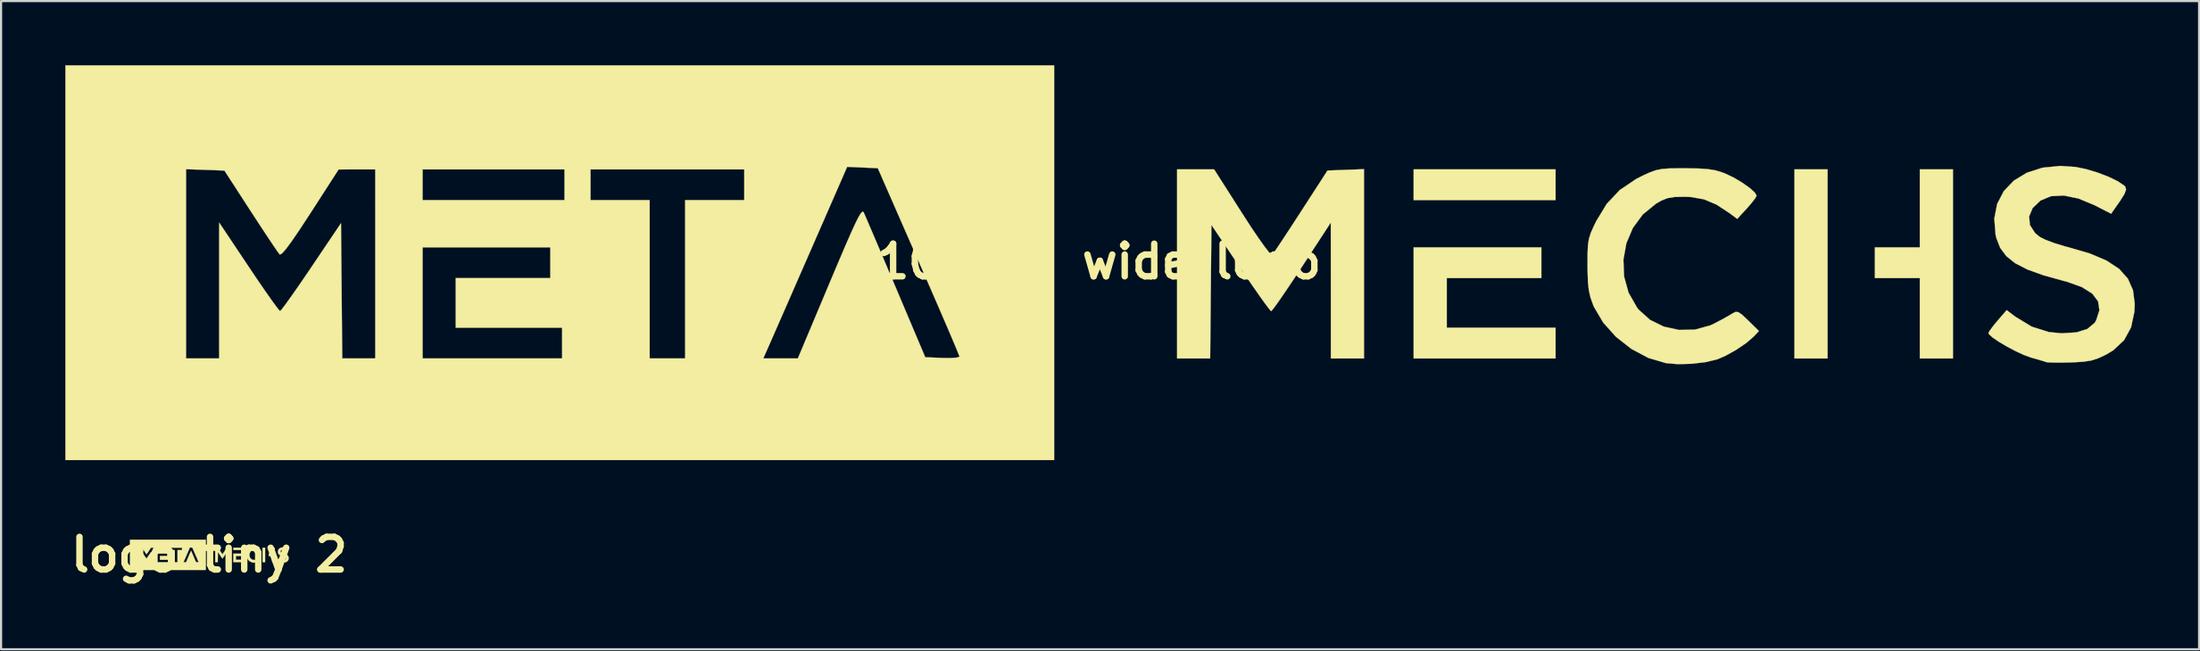
<source format=kicad_pcb>
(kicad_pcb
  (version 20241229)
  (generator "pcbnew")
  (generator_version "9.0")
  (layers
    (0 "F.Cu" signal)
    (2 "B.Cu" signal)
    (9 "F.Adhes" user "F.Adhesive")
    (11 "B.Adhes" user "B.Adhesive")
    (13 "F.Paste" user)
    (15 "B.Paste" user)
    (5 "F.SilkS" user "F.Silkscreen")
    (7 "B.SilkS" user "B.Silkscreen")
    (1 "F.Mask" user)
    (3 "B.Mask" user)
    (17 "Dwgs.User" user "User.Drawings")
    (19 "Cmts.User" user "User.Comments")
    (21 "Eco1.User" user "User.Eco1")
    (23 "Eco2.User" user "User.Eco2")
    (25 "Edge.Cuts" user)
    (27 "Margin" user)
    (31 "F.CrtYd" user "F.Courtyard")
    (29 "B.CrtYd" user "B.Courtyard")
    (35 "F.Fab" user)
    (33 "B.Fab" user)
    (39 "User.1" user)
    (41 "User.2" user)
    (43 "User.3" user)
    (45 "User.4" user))
  (footprint "logo tiny 2"
    (layer "F.Cu")
    (at 6.72 22.871)
    (property "Reference" "logo tiny 2" (at 0 0 0) (layer "F.SilkS") (effects (font (size 1.524 1.524) (thickness 0.3))))
    (attr through_hole)
    (fp_poly (pts (xy 1.634 -0.22) (xy 1.126 -0.22) (xy 1.126 -0.33) (xy 1.634 -0.33) (xy 1.634 -0.22)) (stroke (width 0.01) (type solid)) (fill yes) (layer "F.SilkS"))
    (fp_poly (pts (xy 2.608 0.347) (xy 2.489 0.347) (xy 2.489 -0.33) (xy 2.608 -0.33) (xy 2.608 0.347)) (stroke (width 0.01) (type solid)) (fill yes) (layer "F.SilkS"))
    (fp_poly (pts (xy 1.583 0.059) (xy 1.245 0.059) (xy 1.245 0.237) (xy 1.634 0.237) (xy 1.634 0.347) (xy 1.126 0.347) (xy 1.126 -0.051) (xy 1.583 -0.051) (xy 1.583 0.059)) (stroke (width 0.01) (type solid)) (fill yes) (layer "F.SilkS"))
    (fp_poly (pts (xy 3.056 0.347) (xy 2.938 0.347) (xy 2.938 0.059) (xy 2.777 0.059) (xy 2.777 -0.051) (xy 2.938 -0.051) (xy 2.938 -0.33) (xy 3.056 -0.33) (xy 3.056 0.347)) (stroke (width 0.01) (type solid)) (fill yes) (layer "F.SilkS"))
    (fp_poly (pts (xy 0.948 0.347) (xy 0.83 0.347) (xy 0.83 0.104) (xy 0.83 -0.14) (xy 0.726 0.019) (xy 0.696 0.065) (xy 0.668 0.105) (xy 0.645 0.139) (xy 0.628 0.163) (xy 0.618 0.176) (xy 0.616 0.178) (xy 0.61 0.171) (xy 0.595 0.152) (xy 0.575 0.123) (xy 0.549 0.086) (xy 0.52 0.043) (xy 0.506 0.023) (xy 0.402 -0.131) (xy 0.4 0.108) (xy 0.398 0.347) (xy 0.279 0.347) (xy 0.279 -0.33) (xy 0.412 -0.33) (xy 0.512 -0.173) (xy 0.543 -0.125) (xy 0.571 -0.084) (xy 0.593 -0.052) (xy 0.61 -0.032) (xy 0.618 -0.023) (xy 0.62 -0.023) (xy 0.626 -0.033) (xy 0.641 -0.054) (xy 0.661 -0.085) (xy 0.686 -0.123) (xy 0.715 -0.167) (xy 0.722 -0.178) (xy 0.818 -0.326) (xy 0.883 -0.328) (xy 0.948 -0.331) (xy 0.948 0.347)) (stroke (width 0.01) (type solid)) (fill yes) (layer "F.SilkS"))
    (fp_poly (pts (xy 2.1 -0.334) (xy 2.146 -0.333) (xy 2.18 -0.331) (xy 2.207 -0.327) (xy 2.231 -0.319) (xy 2.243 -0.314) (xy 2.273 -0.3) (xy 2.303 -0.282) (xy 2.329 -0.264) (xy 2.347 -0.248) (xy 2.354 -0.236) (xy 2.348 -0.226) (xy 2.335 -0.208) (xy 2.319 -0.191) (xy 2.284 -0.153) (xy 2.258 -0.173) (xy 2.21 -0.204) (xy 2.165 -0.223) (xy 2.118 -0.231) (xy 2.094 -0.232) (xy 2.06 -0.231) (xy 2.034 -0.227) (xy 2.012 -0.218) (xy 1.993 -0.207) (xy 1.946 -0.169) (xy 1.911 -0.12) (xy 1.887 -0.065) (xy 1.877 -0.006) (xy 1.879 0.054) (xy 1.895 0.112) (xy 1.926 0.165) (xy 1.932 0.173) (xy 1.972 0.209) (xy 2.021 0.233) (xy 2.076 0.245) (xy 2.133 0.244) (xy 2.187 0.229) (xy 2.202 0.222) (xy 2.23 0.207) (xy 2.255 0.193) (xy 2.267 0.186) (xy 2.278 0.18) (xy 2.288 0.181) (xy 2.301 0.19) (xy 2.322 0.21) (xy 2.324 0.211) (xy 2.362 0.249) (xy 2.344 0.269) (xy 2.317 0.292) (xy 2.281 0.316) (xy 2.242 0.338) (xy 2.214 0.35) (xy 2.173 0.36) (xy 2.123 0.366) (xy 2.072 0.368) (xy 2.029 0.364) (xy 1.966 0.345) (xy 1.905 0.313) (xy 1.85 0.27) (xy 1.805 0.219) (xy 1.772 0.163) (xy 1.768 0.155) (xy 1.759 0.129) (xy 1.753 0.103) (xy 1.75 0.072) (xy 1.749 0.031) (xy 1.749 0.012) (xy 1.749 -0.029) (xy 1.75 -0.059) (xy 1.754 -0.082) (xy 1.761 -0.103) (xy 1.772 -0.128) (xy 1.78 -0.145) (xy 1.818 -0.207) (xy 1.864 -0.256) (xy 1.922 -0.296) (xy 1.946 -0.308) (xy 1.971 -0.319) (xy 1.993 -0.327) (xy 2.014 -0.331) (xy 2.041 -0.334) (xy 2.078 -0.334) (xy 2.1 -0.334)) (stroke (width 0.01) (type solid)) (fill yes) (layer "F.SilkS"))
    (fp_poly (pts (xy 3.496 -0.339) (xy 3.533 -0.331) (xy 3.574 -0.319) (xy 3.613 -0.304) (xy 3.647 -0.287) (xy 3.669 -0.272) (xy 3.673 -0.268) (xy 3.676 -0.258) (xy 3.671 -0.242) (xy 3.655 -0.217) (xy 3.653 -0.214) (xy 3.623 -0.171) (xy 3.564 -0.202) (xy 3.506 -0.226) (xy 3.454 -0.236) (xy 3.407 -0.234) (xy 3.37 -0.218) (xy 3.342 -0.192) (xy 3.329 -0.161) (xy 3.332 -0.131) (xy 3.351 -0.102) (xy 3.367 -0.088) (xy 3.388 -0.078) (xy 3.42 -0.066) (xy 3.457 -0.055) (xy 3.471 -0.051) (xy 3.546 -0.029) (xy 3.606 -0.003) (xy 3.651 0.026) (xy 3.683 0.061) (xy 3.701 0.103) (xy 3.707 0.151) (xy 3.706 0.18) (xy 3.694 0.236) (xy 3.669 0.282) (xy 3.63 0.318) (xy 3.604 0.334) (xy 3.576 0.347) (xy 3.551 0.355) (xy 3.523 0.359) (xy 3.485 0.361) (xy 3.477 0.361) (xy 3.442 0.362) (xy 3.413 0.362) (xy 3.395 0.361) (xy 3.391 0.36) (xy 3.379 0.356) (xy 3.356 0.349) (xy 3.335 0.344) (xy 3.311 0.335) (xy 3.281 0.321) (xy 3.249 0.304) (xy 3.22 0.287) (xy 3.198 0.271) (xy 3.185 0.26) (xy 3.183 0.256) (xy 3.189 0.247) (xy 3.202 0.229) (xy 3.216 0.212) (xy 3.249 0.174) (xy 3.28 0.198) (xy 3.338 0.233) (xy 3.4 0.253) (xy 3.445 0.257) (xy 3.498 0.254) (xy 3.538 0.241) (xy 3.564 0.22) (xy 3.569 0.211) (xy 3.581 0.175) (xy 3.576 0.143) (xy 3.555 0.115) (xy 3.518 0.091) (xy 3.464 0.072) (xy 3.453 0.069) (xy 3.38 0.049) (xy 3.323 0.029) (xy 3.28 0.006) (xy 3.248 -0.019) (xy 3.226 -0.049) (xy 3.212 -0.084) (xy 3.209 -0.095) (xy 3.205 -0.154) (xy 3.215 -0.206) (xy 3.239 -0.252) (xy 3.274 -0.29) (xy 3.321 -0.318) (xy 3.377 -0.336) (xy 3.441 -0.343) (xy 3.496 -0.339)) (stroke (width 0.01) (type solid)) (fill yes) (layer "F.SilkS"))
    (fp_poly (pts (xy -0.161 0.711) (xy -3.7 0.711) (xy -3.7 0.347) (xy -3.268 0.347) (xy -3.15 0.347) (xy -3.15 -0.14) (xy -3.044 0.019) (xy -3.013 0.065) (xy -2.985 0.105) (xy -2.962 0.139) (xy -2.944 0.163) (xy -2.934 0.176) (xy -2.932 0.177) (xy -2.925 0.171) (xy -2.911 0.152) (xy -2.89 0.123) (xy -2.864 0.086) (xy -2.835 0.042) (xy -2.819 0.02) (xy -2.714 -0.137) (xy -2.711 0.105) (xy -2.709 0.347) (xy -2.591 0.347) (xy -2.591 -0.051) (xy -2.421 -0.051) (xy -2.421 0.347) (xy -1.922 0.347) (xy -1.922 0.237) (xy -2.303 0.237) (xy -2.303 0.059) (xy -1.964 0.059) (xy -1.964 -0.051) (xy -2.421 -0.051) (xy -2.591 -0.051) (xy -2.591 -0.33) (xy -2.421 -0.33) (xy -2.421 -0.22) (xy -1.913 -0.22) (xy -1.913 -0.33) (xy -1.82 -0.33) (xy -1.82 -0.22) (xy -1.609 -0.22) (xy -1.609 0.347) (xy -1.482 0.347) (xy -1.202 0.347) (xy -1.078 0.347) (xy -0.965 0.077) (xy -0.934 0.004) (xy -0.909 -0.055) (xy -0.889 -0.1) (xy -0.874 -0.134) (xy -0.862 -0.157) (xy -0.854 -0.172) (xy -0.848 -0.178) (xy -0.844 -0.178) (xy -0.842 -0.176) (xy -0.837 -0.164) (xy -0.826 -0.138) (xy -0.81 -0.101) (xy -0.79 -0.054) (xy -0.767 -0.000309) (xy -0.742 0.059) (xy -0.728 0.093) (xy -0.622 0.343) (xy -0.561 0.345) (xy -0.531 0.346) (xy -0.509 0.344) (xy -0.5 0.341) (xy -0.5 0.341) (xy -0.503 0.332) (xy -0.512 0.309) (xy -0.527 0.273) (xy -0.547 0.228) (xy -0.57 0.173) (xy -0.597 0.111) (xy -0.627 0.043) (xy -0.646 -0.001) (xy -0.792 -0.334) (xy -0.847 -0.337) (xy -0.902 -0.339) (xy -1.03 -0.045) (xy -1.06 0.024) (xy -1.089 0.089) (xy -1.115 0.149) (xy -1.138 0.202) (xy -1.158 0.246) (xy -1.172 0.279) (xy -1.18 0.298) (xy -1.181 0.298) (xy -1.202 0.347) (xy -1.482 0.347) (xy -1.482 -0.22) (xy -1.27 -0.22) (xy -1.27 -0.33) (xy -1.82 -0.33) (xy -1.913 -0.33) (xy -2.421 -0.33) (xy -2.591 -0.33) (xy -2.656 -0.33) (xy -2.722 -0.33) (xy -2.823 -0.173) (xy -2.86 -0.117) (xy -2.889 -0.075) (xy -2.91 -0.046) (xy -2.924 -0.029) (xy -2.932 -0.025) (xy -2.933 -0.026) (xy -2.94 -0.035) (xy -2.955 -0.057) (xy -2.976 -0.088) (xy -3.001 -0.126) (xy -3.03 -0.17) (xy -3.036 -0.18) (xy -3.131 -0.326) (xy -3.199 -0.328) (xy -3.268 -0.331) (xy -3.268 0.347) (xy -3.7 0.347) (xy -3.7 -0.703) (xy -0.161 -0.703) (xy -0.161 0.711)) (stroke (width 0.01) (type solid)) (fill yes) (layer "F.SilkS")))
  (footprint "100mm wide logo"
    (layer "F.Cu")
    (at 48.265 9.171)
    (property "Reference" "100mm wide logo" (at 0 0 0) (layer "F.SilkS") (effects (font (size 1.524 1.524) (thickness 0.3))))
    (attr through_hole)
    (fp_poly (pts (xy 21.314 -2.871) (xy 14.688 -2.871) (xy 14.688 -4.307) (xy 21.314 -4.307) (xy 21.314 -2.871)) (stroke (width 0.01) (type solid)) (fill yes) (layer "F.SilkS"))
    (fp_poly (pts (xy 34.014 4.528) (xy 32.468 4.528) (xy 32.468 -4.307) (xy 34.014 -4.307) (xy 34.014 4.528)) (stroke (width 0.01) (type solid)) (fill yes) (layer "F.SilkS"))
    (fp_poly (pts (xy 20.651 0.773) (xy 16.234 0.773) (xy 16.234 3.092) (xy 21.314 3.092) (xy 21.314 4.528) (xy 14.688 4.528) (xy 14.688 -0.663) (xy 20.651 -0.663) (xy 20.651 0.773)) (stroke (width 0.01) (type solid)) (fill yes) (layer "F.SilkS"))
    (fp_poly (pts (xy 39.867 4.528) (xy 38.321 4.528) (xy 38.321 0.773) (xy 36.223 0.773) (xy 36.223 -0.663) (xy 38.321 -0.663) (xy 38.321 -4.307) (xy 39.867 -4.307) (xy 39.867 4.528)) (stroke (width 0.01) (type solid)) (fill yes) (layer "F.SilkS"))
    (fp_poly (pts (xy 12.369 4.528) (xy 10.823 4.528) (xy 10.82 -1.822) (xy 9.469 0.248) (xy 9.075 0.845) (xy 8.719 1.375) (xy 8.42 1.812) (xy 8.194 2.128) (xy 8.061 2.297) (xy 8.036 2.319) (xy 7.953 2.231) (xy 7.767 1.986) (xy 7.497 1.609) (xy 7.161 1.127) (xy 6.777 0.567) (xy 6.6 0.304) (xy 5.246 -1.712) (xy 5.216 1.408) (xy 5.187 4.528) (xy 3.644 4.528) (xy 3.644 -4.307) (xy 5.372 -4.307) (xy 6.678 -2.258) (xy 7.086 -1.627) (xy 7.445 -1.096) (xy 7.738 -0.684) (xy 7.95 -0.414) (xy 8.067 -0.305) (xy 8.081 -0.306) (xy 8.168 -0.425) (xy 8.355 -0.7) (xy 8.623 -1.103) (xy 8.952 -1.604) (xy 9.323 -2.174) (xy 9.422 -2.328) (xy 10.666 -4.252) (xy 11.517 -4.284) (xy 12.369 -4.316) (xy 12.369 4.528)) (stroke (width 0.01) (type solid)) (fill yes) (layer "F.SilkS"))
    (fp_poly (pts (xy 27.388 -4.357) (xy 27.992 -4.347) (xy 28.437 -4.317) (xy 28.784 -4.26) (xy 29.094 -4.166) (xy 29.257 -4.102) (xy 29.646 -3.914) (xy 30.035 -3.682) (xy 30.373 -3.443) (xy 30.612 -3.23) (xy 30.701 -3.08) (xy 30.631 -2.95) (xy 30.45 -2.716) (xy 30.248 -2.485) (xy 29.795 -1.994) (xy 29.447 -2.254) (xy 28.826 -2.662) (xy 28.243 -2.907) (xy 27.625 -3.016) (xy 27.319 -3.027) (xy 26.864 -3.016) (xy 26.537 -2.962) (xy 26.245 -2.844) (xy 26.001 -2.702) (xy 25.386 -2.2) (xy 24.923 -1.57) (xy 24.619 -0.852) (xy 24.481 -0.082) (xy 24.513 0.699) (xy 24.722 1.455) (xy 25.116 2.147) (xy 25.2 2.254) (xy 25.723 2.724) (xy 26.366 3.041) (xy 27.081 3.196) (xy 27.819 3.181) (xy 28.532 2.986) (xy 28.725 2.896) (xy 29.093 2.702) (xy 29.414 2.522) (xy 29.567 2.429) (xy 29.713 2.353) (xy 29.845 2.363) (xy 30.019 2.482) (xy 30.288 2.735) (xy 30.311 2.757) (xy 30.809 3.246) (xy 30.568 3.503) (xy 30.217 3.807) (xy 29.746 4.126) (xy 29.243 4.406) (xy 28.874 4.565) (xy 28.337 4.697) (xy 27.687 4.776) (xy 27.024 4.794) (xy 26.46 4.745) (xy 25.642 4.503) (xy 24.852 4.081) (xy 24.135 3.519) (xy 23.538 2.852) (xy 23.107 2.12) (xy 23.065 2.019) (xy 22.944 1.678) (xy 22.867 1.338) (xy 22.825 0.935) (xy 22.809 0.402) (xy 22.807 0.16) (xy 22.809 -0.383) (xy 22.827 -0.771) (xy 22.874 -1.071) (xy 22.963 -1.35) (xy 23.108 -1.672) (xy 23.217 -1.895) (xy 23.708 -2.702) (xy 24.314 -3.343) (xy 25.076 -3.858) (xy 25.38 -4.013) (xy 25.715 -4.165) (xy 25.993 -4.265) (xy 26.276 -4.323) (xy 26.627 -4.35) (xy 27.108 -4.357) (xy 27.388 -4.357)) (stroke (width 0.01) (type solid)) (fill yes) (layer "F.SilkS"))
    (fp_poly (pts (xy 45.594 -4.419) (xy 46.086 -4.318) (xy 46.619 -4.157) (xy 47.132 -3.96) (xy 47.566 -3.75) (xy 47.861 -3.551) (xy 47.912 -3.499) (xy 47.951 -3.366) (xy 47.876 -3.158) (xy 47.671 -2.832) (xy 47.644 -2.793) (xy 47.253 -2.235) (xy 46.482 -2.631) (xy 45.733 -2.943) (xy 45.046 -3.085) (xy 44.444 -3.054) (xy 43.955 -2.85) (xy 43.588 -2.499) (xy 43.423 -2.105) (xy 43.462 -1.703) (xy 43.704 -1.329) (xy 43.924 -1.149) (xy 44.193 -1.014) (xy 44.604 -0.86) (xy 45.085 -0.713) (xy 45.271 -0.664) (xy 46.259 -0.376) (xy 47.04 -0.044) (xy 47.628 0.344) (xy 48.035 0.8) (xy 48.273 1.337) (xy 48.355 1.967) (xy 48.339 2.346) (xy 48.183 3.079) (xy 47.856 3.676) (xy 47.35 4.149) (xy 47.003 4.356) (xy 46.648 4.522) (xy 46.323 4.625) (xy 45.951 4.682) (xy 45.45 4.711) (xy 45.35 4.714) (xy 44.892 4.723) (xy 44.516 4.72) (xy 44.278 4.708) (xy 44.229 4.699) (xy 44.068 4.647) (xy 43.769 4.558) (xy 43.506 4.484) (xy 43.182 4.366) (xy 42.79 4.185) (xy 42.381 3.968) (xy 42.004 3.744) (xy 41.708 3.541) (xy 41.543 3.388) (xy 41.524 3.343) (xy 41.591 3.22) (xy 41.764 2.988) (xy 41.95 2.764) (xy 42.376 2.27) (xy 42.78 2.577) (xy 43.542 3.041) (xy 44.345 3.295) (xy 44.937 3.353) (xy 45.632 3.311) (xy 46.145 3.149) (xy 46.483 2.865) (xy 46.553 2.751) (xy 46.706 2.277) (xy 46.645 1.859) (xy 46.37 1.497) (xy 45.883 1.191) (xy 45.183 0.942) (xy 45.034 0.903) (xy 44.092 0.642) (xy 43.347 0.373) (xy 42.778 0.081) (xy 42.362 -0.25) (xy 42.075 -0.636) (xy 41.897 -1.09) (xy 41.86 -1.243) (xy 41.799 -2.005) (xy 41.932 -2.693) (xy 42.241 -3.289) (xy 42.71 -3.781) (xy 43.319 -4.151) (xy 44.051 -4.385) (xy 44.888 -4.468) (xy 45.594 -4.419)) (stroke (width 0.01) (type solid)) (fill yes) (layer "F.SilkS"))
    (fp_poly (pts (xy -2.098 9.277) (xy -48.26 9.277) (xy -48.26 4.528) (xy -42.628 4.528) (xy -41.082 4.528) (xy -41.082 -1.821) (xy -39.7 0.249) (xy -39.3 0.844) (xy -38.937 1.372) (xy -38.632 1.807) (xy -38.401 2.122) (xy -38.265 2.292) (xy -38.237 2.315) (xy -38.154 2.226) (xy -37.968 1.979) (xy -37.697 1.6) (xy -37.359 1.117) (xy -36.973 0.553) (xy -36.775 0.259) (xy -35.394 -1.791) (xy -35.365 1.368) (xy -35.336 4.528) (xy -33.793 4.528) (xy -33.793 -0.663) (xy -31.584 -0.663) (xy -31.584 4.528) (xy -25.069 4.528) (xy -25.069 3.092) (xy -30.038 3.092) (xy -30.038 0.773) (xy -25.621 0.773) (xy -25.621 -0.663) (xy -31.584 -0.663) (xy -33.793 -0.663) (xy -33.793 -4.307) (xy -31.584 -4.307) (xy -31.584 -2.871) (xy -24.958 -2.871) (xy -24.958 -4.307) (xy -23.743 -4.307) (xy -23.743 -2.871) (xy -20.983 -2.871) (xy -20.983 4.528) (xy -19.326 4.528) (xy -15.679 4.528) (xy -14.064 4.528) (xy -12.581 0.999) (xy -12.18 0.048) (xy -11.854 -0.716) (xy -11.595 -1.309) (xy -11.394 -1.75) (xy -11.243 -2.054) (xy -11.134 -2.24) (xy -11.058 -2.324) (xy -11.008 -2.323) (xy -10.988 -2.295) (xy -10.919 -2.138) (xy -10.776 -1.804) (xy -10.569 -1.32) (xy -10.309 -0.711) (xy -10.009 -0.004) (xy -9.68 0.774) (xy -9.496 1.207) (xy -8.115 4.473) (xy -7.315 4.505) (xy -6.927 4.509) (xy -6.643 4.489) (xy -6.518 4.449) (xy -6.516 4.443) (xy -6.559 4.325) (xy -6.681 4.026) (xy -6.875 3.567) (xy -7.13 2.97) (xy -7.438 2.255) (xy -7.79 1.445) (xy -8.175 0.559) (xy -8.423 -0.007) (xy -10.33 -4.362) (xy -11.046 -4.394) (xy -11.761 -4.426) (xy -13.439 -0.584) (xy -13.829 0.308) (xy -14.202 1.16) (xy -14.545 1.947) (xy -14.849 2.64) (xy -15.1 3.213) (xy -15.286 3.638) (xy -15.396 3.889) (xy -15.398 3.893) (xy -15.679 4.528) (xy -19.326 4.528) (xy -19.326 -2.871) (xy -16.565 -2.871) (xy -16.565 -4.307) (xy -23.743 -4.307) (xy -24.958 -4.307) (xy -31.584 -4.307) (xy -33.793 -4.307) (xy -34.649 -4.306) (xy -35.505 -4.304) (xy -36.822 -2.26) (xy -37.302 -1.526) (xy -37.678 -0.974) (xy -37.956 -0.596) (xy -38.143 -0.383) (xy -38.245 -0.326) (xy -38.256 -0.333) (xy -38.349 -0.457) (xy -38.542 -0.738) (xy -38.815 -1.145) (xy -39.147 -1.649) (xy -39.519 -2.219) (xy -39.605 -2.35) (xy -40.837 -4.252) (xy -42.628 -4.316) (xy -42.628 4.528) (xy -48.26 4.528) (xy -48.26 -9.166) (xy -2.098 -9.166) (xy -2.098 9.277)) (stroke (width 0.01) (type solid)) (fill yes) (layer "F.SilkS")))
  (gr_rect
    (start -3 -3)
    (end 99.625 27.289)
    (stroke (width 0.1) (type default))
    (fill no)
    (layer "Edge.Cuts")))
</source>
